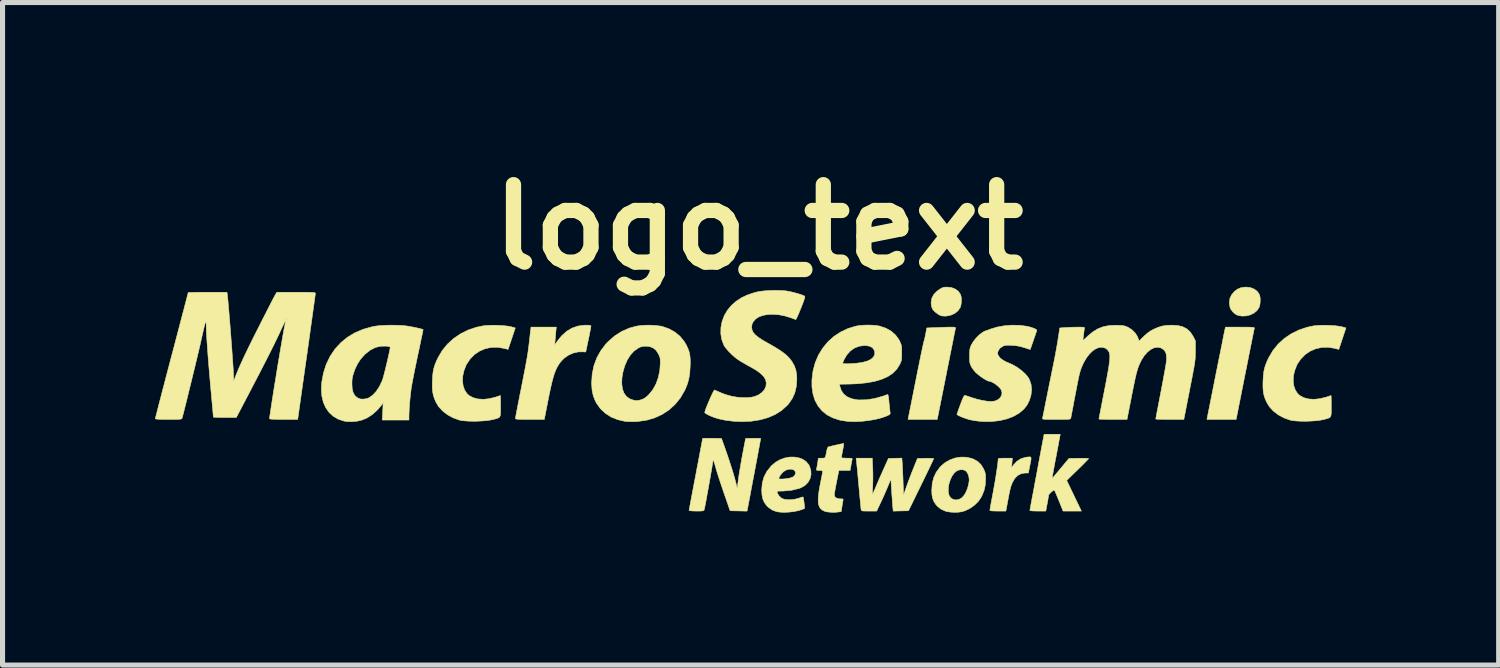
<source format=kicad_pcb>
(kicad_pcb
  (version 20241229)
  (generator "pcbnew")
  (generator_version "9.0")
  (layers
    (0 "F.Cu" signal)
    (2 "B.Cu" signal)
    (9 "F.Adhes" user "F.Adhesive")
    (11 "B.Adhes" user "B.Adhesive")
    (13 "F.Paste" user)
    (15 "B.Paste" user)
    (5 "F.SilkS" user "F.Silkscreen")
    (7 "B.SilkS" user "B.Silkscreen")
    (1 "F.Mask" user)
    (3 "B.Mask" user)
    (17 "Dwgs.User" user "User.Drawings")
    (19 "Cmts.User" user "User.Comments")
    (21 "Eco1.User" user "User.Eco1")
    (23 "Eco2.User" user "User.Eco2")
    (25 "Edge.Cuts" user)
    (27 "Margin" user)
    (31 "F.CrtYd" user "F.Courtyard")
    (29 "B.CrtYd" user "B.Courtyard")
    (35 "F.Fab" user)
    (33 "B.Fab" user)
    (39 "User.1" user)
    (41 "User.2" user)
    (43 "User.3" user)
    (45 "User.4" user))
  (footprint "logo_text"
    (layer "F.Cu")
    (at 11.88 1.418)
    (property "Reference" "logo_text" (at 0 0 0) (layer "F.SilkS") (effects (font (size 1.524 1.524) (thickness 0.3))))
    (attr through_hole)
    (fp_poly (pts (xy 9.678 1.192) (xy 9.75 1.221) (xy 9.808 1.265) (xy 9.848 1.323) (xy 9.854 1.338) (xy 9.865 1.387) (xy 9.867 1.45) (xy 9.862 1.515) (xy 9.849 1.57) (xy 9.844 1.582) (xy 9.803 1.643) (xy 9.743 1.692) (xy 9.671 1.728) (xy 9.59 1.748) (xy 9.505 1.751) (xy 9.424 1.736) (xy 9.376 1.711) (xy 9.329 1.669) (xy 9.291 1.621) (xy 9.272 1.579) (xy 9.259 1.489) (xy 9.27 1.406) (xy 9.305 1.33) (xy 9.36 1.266) (xy 9.42 1.221) (xy 9.484 1.194) (xy 9.56 1.182) (xy 9.596 1.181) (xy 9.678 1.192)) (stroke (width 0.01) (type solid)) (fill yes) (layer "F.SilkS"))
    (fp_poly (pts (xy 3.794 1.191) (xy 3.868 1.22) (xy 3.927 1.264) (xy 3.968 1.323) (xy 3.974 1.338) (xy 3.985 1.387) (xy 3.987 1.45) (xy 3.982 1.515) (xy 3.969 1.57) (xy 3.964 1.582) (xy 3.922 1.645) (xy 3.861 1.695) (xy 3.785 1.731) (xy 3.699 1.75) (xy 3.652 1.752) (xy 3.597 1.747) (xy 3.548 1.727) (xy 3.531 1.716) (xy 3.466 1.668) (xy 3.423 1.62) (xy 3.4 1.565) (xy 3.391 1.499) (xy 3.391 1.487) (xy 3.403 1.407) (xy 3.439 1.333) (xy 3.499 1.268) (xy 3.543 1.235) (xy 3.587 1.207) (xy 3.621 1.191) (xy 3.653 1.183) (xy 3.694 1.181) (xy 3.708 1.181) (xy 3.794 1.191)) (stroke (width 0.01) (type solid)) (fill yes) (layer "F.SilkS"))
    (fp_poly (pts (xy 9.562 1.969) (xy 9.632 1.969) (xy 9.683 1.97) (xy 9.717 1.972) (xy 9.738 1.975) (xy 9.749 1.98) (xy 9.752 1.986) (xy 9.751 1.991) (xy 9.748 2.007) (xy 9.74 2.045) (xy 9.728 2.105) (xy 9.712 2.183) (xy 9.693 2.278) (xy 9.671 2.388) (xy 9.646 2.51) (xy 9.62 2.644) (xy 9.592 2.785) (xy 9.569 2.899) (xy 9.393 3.785) (xy 8.818 3.785) (xy 8.993 2.905) (xy 9.022 2.759) (xy 9.05 2.619) (xy 9.077 2.488) (xy 9.101 2.369) (xy 9.122 2.262) (xy 9.14 2.17) (xy 9.155 2.096) (xy 9.167 2.041) (xy 9.174 2.007) (xy 9.176 1.997) (xy 9.183 1.968) (xy 9.47 1.968) (xy 9.562 1.969)) (stroke (width 0.01) (type solid)) (fill yes) (layer "F.SilkS"))
    (fp_poly (pts (xy 3.83 1.969) (xy 3.858 1.972) (xy 3.87 1.978) (xy 3.871 1.988) (xy 3.871 1.991) (xy 3.867 2.007) (xy 3.86 2.045) (xy 3.847 2.105) (xy 3.832 2.183) (xy 3.813 2.278) (xy 3.791 2.388) (xy 3.766 2.51) (xy 3.74 2.644) (xy 3.711 2.785) (xy 3.689 2.899) (xy 3.512 3.785) (xy 2.937 3.785) (xy 3.088 3.026) (xy 3.115 2.89) (xy 3.141 2.762) (xy 3.165 2.643) (xy 3.187 2.535) (xy 3.207 2.441) (xy 3.223 2.363) (xy 3.236 2.304) (xy 3.245 2.265) (xy 3.249 2.248) (xy 3.25 2.248) (xy 3.256 2.228) (xy 3.266 2.189) (xy 3.277 2.138) (xy 3.283 2.107) (xy 3.306 1.985) (xy 3.496 1.977) (xy 3.573 1.974) (xy 3.65 1.971) (xy 3.719 1.969) (xy 3.772 1.969) (xy 3.782 1.968) (xy 3.83 1.969)) (stroke (width 0.01) (type solid)) (fill yes) (layer "F.SilkS"))
    (fp_poly (pts (xy 5.353 4.529) (xy 5.358 4.547) (xy 5.356 4.579) (xy 5.347 4.628) (xy 5.333 4.699) (xy 5.332 4.702) (xy 5.305 4.839) (xy 5.243 4.839) (xy 5.165 4.851) (xy 5.097 4.886) (xy 5.038 4.944) (xy 4.991 5.024) (xy 4.962 5.099) (xy 4.952 5.135) (xy 4.939 5.19) (xy 4.925 5.256) (xy 4.911 5.326) (xy 4.909 5.34) (xy 4.896 5.408) (xy 4.885 5.468) (xy 4.876 5.517) (xy 4.87 5.548) (xy 4.869 5.553) (xy 4.862 5.588) (xy 4.704 5.588) (xy 4.628 5.587) (xy 4.577 5.584) (xy 4.55 5.578) (xy 4.547 5.574) (xy 4.549 5.559) (xy 4.555 5.521) (xy 4.565 5.466) (xy 4.578 5.396) (xy 4.593 5.314) (xy 4.61 5.224) (xy 4.61 5.223) (xy 4.629 5.119) (xy 4.648 5.013) (xy 4.665 4.91) (xy 4.68 4.811) (xy 4.693 4.723) (xy 4.703 4.648) (xy 4.709 4.59) (xy 4.712 4.556) (xy 4.723 4.552) (xy 4.756 4.549) (xy 4.803 4.547) (xy 4.851 4.547) (xy 4.99 4.547) (xy 4.982 4.639) (xy 4.975 4.731) (xy 5.014 4.678) (xy 5.081 4.607) (xy 5.161 4.557) (xy 5.254 4.529) (xy 5.283 4.526) (xy 5.316 4.522) (xy 5.339 4.522) (xy 5.353 4.529)) (stroke (width 0.01) (type solid)) (fill yes) (layer "F.SilkS"))
    (fp_poly (pts (xy 4.082 4.528) (xy 4.186 4.551) (xy 4.237 4.571) (xy 4.312 4.616) (xy 4.371 4.673) (xy 4.418 4.748) (xy 4.428 4.769) (xy 4.446 4.809) (xy 4.456 4.845) (xy 4.462 4.884) (xy 4.463 4.937) (xy 4.463 4.966) (xy 4.456 5.08) (xy 4.433 5.183) (xy 4.393 5.282) (xy 4.378 5.312) (xy 4.321 5.396) (xy 4.244 5.472) (xy 4.154 5.536) (xy 4.058 5.582) (xy 3.999 5.6) (xy 3.932 5.61) (xy 3.855 5.613) (xy 3.777 5.609) (xy 3.708 5.599) (xy 3.674 5.59) (xy 3.586 5.55) (xy 3.517 5.496) (xy 3.479 5.452) (xy 3.443 5.394) (xy 3.42 5.334) (xy 3.407 5.265) (xy 3.404 5.179) (xy 3.404 5.177) (xy 3.407 5.136) (xy 3.729 5.136) (xy 3.729 5.214) (xy 3.745 5.28) (xy 3.745 5.282) (xy 3.778 5.329) (xy 3.824 5.358) (xy 3.878 5.369) (xy 3.936 5.36) (xy 3.991 5.331) (xy 4.034 5.286) (xy 4.073 5.223) (xy 4.105 5.148) (xy 4.128 5.068) (xy 4.14 4.99) (xy 4.14 4.97) (xy 4.133 4.908) (xy 4.113 4.851) (xy 4.084 4.808) (xy 4.067 4.793) (xy 4.019 4.775) (xy 3.962 4.775) (xy 3.906 4.791) (xy 3.897 4.796) (xy 3.847 4.838) (xy 3.803 4.899) (xy 3.768 4.973) (xy 3.742 5.054) (xy 3.729 5.136) (xy 3.407 5.136) (xy 3.413 5.046) (xy 3.442 4.93) (xy 3.491 4.826) (xy 3.562 4.729) (xy 3.577 4.711) (xy 3.661 4.638) (xy 3.758 4.582) (xy 3.863 4.544) (xy 3.973 4.526) (xy 4.082 4.528)) (stroke (width 0.01) (type solid)) (fill yes) (layer "F.SilkS"))
    (fp_poly (pts (xy -5.178 1.932) (xy -5.084 1.936) (xy -4.997 1.942) (xy -4.921 1.952) (xy -4.875 1.961) (xy -4.791 1.984) (xy -4.861 2.195) (xy -4.932 2.407) (xy -5.015 2.386) (xy -5.141 2.365) (xy -5.265 2.368) (xy -5.383 2.393) (xy -5.493 2.44) (xy -5.592 2.506) (xy -5.677 2.592) (xy -5.746 2.694) (xy -5.761 2.723) (xy -5.801 2.827) (xy -5.824 2.93) (xy -5.829 3.031) (xy -5.817 3.124) (xy -5.788 3.206) (xy -5.743 3.275) (xy -5.7 3.315) (xy -5.62 3.357) (xy -5.526 3.382) (xy -5.419 3.389) (xy -5.304 3.377) (xy -5.183 3.347) (xy -5.145 3.335) (xy -5.111 3.323) (xy -5.089 3.316) (xy -5.085 3.315) (xy -5.083 3.327) (xy -5.082 3.36) (xy -5.081 3.41) (xy -5.08 3.473) (xy -5.08 3.524) (xy -5.08 3.604) (xy -5.081 3.662) (xy -5.085 3.703) (xy -5.095 3.731) (xy -5.112 3.749) (xy -5.14 3.762) (xy -5.181 3.774) (xy -5.229 3.787) (xy -5.297 3.8) (xy -5.382 3.811) (xy -5.478 3.817) (xy -5.578 3.821) (xy -5.677 3.82) (xy -5.767 3.815) (xy -5.844 3.807) (xy -5.89 3.798) (xy -6.012 3.754) (xy -6.123 3.694) (xy -6.219 3.62) (xy -6.298 3.535) (xy -6.349 3.451) (xy -6.381 3.378) (xy -6.404 3.31) (xy -6.417 3.239) (xy -6.424 3.159) (xy -6.424 3.063) (xy -6.422 3.029) (xy -6.417 2.93) (xy -6.408 2.848) (xy -6.393 2.776) (xy -6.371 2.706) (xy -6.34 2.63) (xy -6.312 2.572) (xy -6.229 2.43) (xy -6.126 2.303) (xy -6.005 2.193) (xy -5.868 2.1) (xy -5.717 2.025) (xy -5.552 1.97) (xy -5.421 1.943) (xy -5.353 1.936) (xy -5.27 1.932) (xy -5.178 1.932)) (stroke (width 0.01) (type solid)) (fill yes) (layer "F.SilkS"))
    (fp_poly (pts (xy 11.167 1.932) (xy 11.26 1.936) (xy 11.348 1.942) (xy 11.423 1.952) (xy 11.47 1.961) (xy 11.554 1.984) (xy 11.484 2.195) (xy 11.413 2.407) (xy 11.33 2.386) (xy 11.204 2.365) (xy 11.08 2.368) (xy 10.962 2.393) (xy 10.852 2.44) (xy 10.753 2.506) (xy 10.668 2.592) (xy 10.598 2.694) (xy 10.584 2.723) (xy 10.544 2.827) (xy 10.521 2.93) (xy 10.516 3.031) (xy 10.528 3.124) (xy 10.557 3.206) (xy 10.602 3.275) (xy 10.645 3.315) (xy 10.724 3.357) (xy 10.819 3.382) (xy 10.925 3.389) (xy 11.041 3.377) (xy 11.162 3.347) (xy 11.2 3.335) (xy 11.234 3.323) (xy 11.256 3.316) (xy 11.26 3.315) (xy 11.262 3.327) (xy 11.263 3.36) (xy 11.264 3.41) (xy 11.265 3.473) (xy 11.265 3.524) (xy 11.265 3.604) (xy 11.264 3.662) (xy 11.26 3.703) (xy 11.25 3.731) (xy 11.232 3.749) (xy 11.205 3.762) (xy 11.164 3.774) (xy 11.115 3.787) (xy 11.048 3.8) (xy 10.963 3.811) (xy 10.867 3.817) (xy 10.767 3.821) (xy 10.668 3.82) (xy 10.578 3.815) (xy 10.501 3.807) (xy 10.455 3.798) (xy 10.333 3.754) (xy 10.222 3.694) (xy 10.125 3.62) (xy 10.047 3.535) (xy 9.996 3.451) (xy 9.963 3.378) (xy 9.941 3.31) (xy 9.927 3.239) (xy 9.921 3.159) (xy 9.921 3.063) (xy 9.922 3.029) (xy 9.928 2.93) (xy 9.937 2.848) (xy 9.952 2.776) (xy 9.974 2.706) (xy 10.005 2.63) (xy 10.033 2.572) (xy 10.116 2.43) (xy 10.219 2.303) (xy 10.339 2.193) (xy 10.476 2.1) (xy 10.628 2.025) (xy 10.793 1.97) (xy 10.923 1.943) (xy 10.991 1.936) (xy 11.075 1.932) (xy 11.167 1.932)) (stroke (width 0.01) (type solid)) (fill yes) (layer "F.SilkS"))
    (fp_poly (pts (xy 5.923 4.124) (xy 5.919 4.149) (xy 5.91 4.194) (xy 5.898 4.258) (xy 5.884 4.336) (xy 5.867 4.425) (xy 5.849 4.521) (xy 5.841 4.559) (xy 5.823 4.655) (xy 5.807 4.742) (xy 5.793 4.818) (xy 5.782 4.879) (xy 5.774 4.922) (xy 5.77 4.945) (xy 5.77 4.948) (xy 5.778 4.939) (xy 5.801 4.914) (xy 5.834 4.875) (xy 5.876 4.825) (xy 5.925 4.766) (xy 5.938 4.751) (xy 6.103 4.553) (xy 6.296 4.549) (xy 6.363 4.549) (xy 6.42 4.549) (xy 6.463 4.551) (xy 6.486 4.554) (xy 6.49 4.556) (xy 6.481 4.567) (xy 6.457 4.593) (xy 6.419 4.632) (xy 6.371 4.681) (xy 6.314 4.737) (xy 6.275 4.775) (xy 6.059 4.985) (xy 6.348 5.588) (xy 6.168 5.588) (xy 5.988 5.588) (xy 5.906 5.384) (xy 5.878 5.317) (xy 5.854 5.258) (xy 5.834 5.213) (xy 5.821 5.184) (xy 5.816 5.175) (xy 5.801 5.179) (xy 5.777 5.196) (xy 5.748 5.221) (xy 5.722 5.248) (xy 5.705 5.27) (xy 5.702 5.279) (xy 5.7 5.299) (xy 5.694 5.338) (xy 5.685 5.39) (xy 5.675 5.443) (xy 5.648 5.588) (xy 5.491 5.588) (xy 5.431 5.587) (xy 5.382 5.585) (xy 5.348 5.581) (xy 5.334 5.577) (xy 5.334 5.576) (xy 5.336 5.563) (xy 5.343 5.527) (xy 5.353 5.471) (xy 5.366 5.399) (xy 5.382 5.312) (xy 5.401 5.214) (xy 5.421 5.107) (xy 5.442 4.993) (xy 5.464 4.877) (xy 5.486 4.759) (xy 5.507 4.643) (xy 5.528 4.532) (xy 5.548 4.428) (xy 5.565 4.334) (xy 5.581 4.253) (xy 5.593 4.187) (xy 5.603 4.139) (xy 5.608 4.112) (xy 5.608 4.112) (xy 5.615 4.077) (xy 5.932 4.077) (xy 5.923 4.124)) (stroke (width 0.01) (type solid)) (fill yes) (layer "F.SilkS"))
    (fp_poly (pts (xy -3.359 1.931) (xy -3.326 1.933) (xy -3.309 1.938) (xy -3.303 1.947) (xy -3.302 1.953) (xy -3.305 1.972) (xy -3.312 2.011) (xy -3.323 2.067) (xy -3.336 2.135) (xy -3.352 2.21) (xy -3.353 2.213) (xy -3.369 2.288) (xy -3.382 2.353) (xy -3.393 2.405) (xy -3.401 2.441) (xy -3.404 2.456) (xy -3.404 2.456) (xy -3.415 2.458) (xy -3.443 2.456) (xy -3.458 2.455) (xy -3.551 2.456) (xy -3.648 2.478) (xy -3.741 2.518) (xy -3.823 2.575) (xy -3.852 2.602) (xy -3.894 2.647) (xy -3.93 2.695) (xy -3.963 2.748) (xy -3.992 2.808) (xy -4.02 2.879) (xy -4.046 2.963) (xy -4.072 3.062) (xy -4.099 3.18) (xy -4.128 3.318) (xy -4.147 3.414) (xy -4.22 3.785) (xy -4.504 3.785) (xy -4.596 3.784) (xy -4.666 3.784) (xy -4.717 3.783) (xy -4.752 3.78) (xy -4.773 3.777) (xy -4.784 3.772) (xy -4.788 3.766) (xy -4.788 3.764) (xy -4.785 3.747) (xy -4.779 3.708) (xy -4.768 3.65) (xy -4.753 3.574) (xy -4.736 3.485) (xy -4.716 3.384) (xy -4.695 3.274) (xy -4.68 3.202) (xy -4.65 3.05) (xy -4.625 2.92) (xy -4.603 2.81) (xy -4.585 2.716) (xy -4.571 2.635) (xy -4.558 2.566) (xy -4.548 2.504) (xy -4.539 2.447) (xy -4.532 2.393) (xy -4.525 2.338) (xy -4.518 2.28) (xy -4.515 2.254) (xy -4.507 2.185) (xy -4.5 2.119) (xy -4.494 2.065) (xy -4.489 2.027) (xy -4.488 2.022) (xy -4.482 1.968) (xy -3.984 1.968) (xy -3.993 2.061) (xy -3.998 2.123) (xy -4.004 2.189) (xy -4.008 2.235) (xy -4.016 2.318) (xy -3.971 2.254) (xy -3.881 2.142) (xy -3.783 2.053) (xy -3.675 1.988) (xy -3.56 1.948) (xy -3.436 1.931) (xy -3.413 1.931) (xy -3.359 1.931)) (stroke (width 0.01) (type solid)) (fill yes) (layer "F.SilkS"))
    (fp_poly (pts (xy 0.784 4.539) (xy 0.863 4.568) (xy 0.93 4.613) (xy 0.982 4.674) (xy 0.998 4.704) (xy 1.025 4.789) (xy 1.028 4.872) (xy 1.009 4.951) (xy 0.969 5.023) (xy 0.91 5.083) (xy 0.833 5.128) (xy 0.799 5.141) (xy 0.645 5.179) (xy 0.48 5.194) (xy 0.453 5.194) (xy 0.404 5.195) (xy 0.375 5.197) (xy 0.362 5.202) (xy 0.359 5.212) (xy 0.362 5.223) (xy 0.39 5.279) (xy 0.438 5.327) (xy 0.459 5.34) (xy 0.505 5.357) (xy 0.569 5.365) (xy 0.642 5.364) (xy 0.717 5.353) (xy 0.784 5.336) (xy 0.825 5.322) (xy 0.856 5.312) (xy 0.869 5.309) (xy 0.875 5.319) (xy 0.882 5.353) (xy 0.89 5.41) (xy 0.896 5.464) (xy 0.903 5.536) (xy 0.86 5.554) (xy 0.784 5.579) (xy 0.692 5.597) (xy 0.593 5.609) (xy 0.495 5.613) (xy 0.406 5.608) (xy 0.352 5.6) (xy 0.263 5.566) (xy 0.185 5.511) (xy 0.155 5.48) (xy 0.11 5.419) (xy 0.081 5.354) (xy 0.064 5.277) (xy 0.058 5.183) (xy 0.058 5.169) (xy 0.069 5.038) (xy 0.094 4.95) (xy 0.394 4.95) (xy 0.405 4.956) (xy 0.436 4.958) (xy 0.481 4.957) (xy 0.533 4.952) (xy 0.587 4.943) (xy 0.611 4.939) (xy 0.671 4.918) (xy 0.708 4.886) (xy 0.724 4.846) (xy 0.724 4.839) (xy 0.713 4.801) (xy 0.684 4.776) (xy 0.642 4.764) (xy 0.592 4.765) (xy 0.537 4.782) (xy 0.513 4.795) (xy 0.478 4.821) (xy 0.443 4.859) (xy 0.414 4.899) (xy 0.397 4.934) (xy 0.394 4.95) (xy 0.094 4.95) (xy 0.102 4.919) (xy 0.158 4.81) (xy 0.238 4.709) (xy 0.254 4.692) (xy 0.332 4.627) (xy 0.418 4.577) (xy 0.51 4.544) (xy 0.604 4.526) (xy 0.697 4.525) (xy 0.784 4.539)) (stroke (width 0.01) (type solid)) (fill yes) (layer "F.SilkS"))
    (fp_poly (pts (xy -2.018 1.937) (xy -1.93 1.949) (xy -1.9 1.955) (xy -1.768 2.001) (xy -1.651 2.066) (xy -1.551 2.148) (xy -1.469 2.248) (xy -1.424 2.324) (xy -1.392 2.393) (xy -1.37 2.456) (xy -1.356 2.52) (xy -1.349 2.593) (xy -1.348 2.68) (xy -1.35 2.743) (xy -1.358 2.87) (xy -1.375 2.979) (xy -1.402 3.08) (xy -1.441 3.179) (xy -1.46 3.219) (xy -1.543 3.361) (xy -1.645 3.487) (xy -1.762 3.594) (xy -1.896 3.683) (xy -2.042 3.751) (xy -2.202 3.799) (xy -2.372 3.824) (xy -2.421 3.828) (xy -2.488 3.829) (xy -2.554 3.828) (xy -2.61 3.825) (xy -2.635 3.822) (xy -2.778 3.789) (xy -2.906 3.737) (xy -3.018 3.665) (xy -3.114 3.576) (xy -3.191 3.469) (xy -3.214 3.427) (xy -3.256 3.323) (xy -3.28 3.21) (xy -3.289 3.082) (xy -2.696 3.082) (xy -2.683 3.182) (xy -2.653 3.265) (xy -2.605 3.331) (xy -2.54 3.379) (xy -2.47 3.404) (xy -2.425 3.413) (xy -2.385 3.413) (xy -2.339 3.404) (xy -2.311 3.396) (xy -2.269 3.38) (xy -2.229 3.355) (xy -2.186 3.318) (xy -2.165 3.298) (xy -2.086 3.201) (xy -2.022 3.087) (xy -1.976 2.958) (xy -1.947 2.819) (xy -1.939 2.698) (xy -1.938 2.638) (xy -1.94 2.595) (xy -1.946 2.562) (xy -1.958 2.531) (xy -1.975 2.495) (xy -2.021 2.425) (xy -2.078 2.378) (xy -2.148 2.351) (xy -2.221 2.344) (xy -2.276 2.347) (xy -2.32 2.357) (xy -2.365 2.377) (xy -2.373 2.381) (xy -2.455 2.44) (xy -2.527 2.519) (xy -2.589 2.618) (xy -2.638 2.732) (xy -2.674 2.858) (xy -2.692 2.966) (xy -2.696 3.082) (xy -3.289 3.082) (xy -3.289 3.081) (xy -3.289 3.073) (xy -3.278 2.896) (xy -3.244 2.729) (xy -3.187 2.574) (xy -3.107 2.43) (xy -3.005 2.297) (xy -2.958 2.248) (xy -2.832 2.139) (xy -2.693 2.051) (xy -2.544 1.987) (xy -2.41 1.95) (xy -2.322 1.937) (xy -2.222 1.931) (xy -2.118 1.931) (xy -2.018 1.937)) (stroke (width 0.01) (type solid)) (fill yes) (layer "F.SilkS"))
    (fp_poly (pts (xy 2.824 4.664) (xy 2.827 4.715) (xy 2.83 4.786) (xy 2.834 4.868) (xy 2.838 4.956) (xy 2.84 5.028) (xy 2.849 5.275) (xy 2.903 5.117) (xy 2.928 5.048) (xy 2.959 4.964) (xy 2.993 4.874) (xy 3.027 4.788) (xy 3.04 4.756) (xy 3.122 4.553) (xy 3.282 4.549) (xy 3.342 4.549) (xy 3.392 4.55) (xy 3.427 4.553) (xy 3.442 4.556) (xy 3.442 4.557) (xy 3.436 4.57) (xy 3.421 4.604) (xy 3.396 4.656) (xy 3.364 4.724) (xy 3.325 4.805) (xy 3.281 4.897) (xy 3.232 4.997) (xy 3.194 5.075) (xy 2.946 5.582) (xy 2.795 5.585) (xy 2.645 5.589) (xy 2.636 5.496) (xy 2.631 5.433) (xy 2.626 5.359) (xy 2.62 5.279) (xy 2.614 5.199) (xy 2.61 5.125) (xy 2.606 5.062) (xy 2.603 5.015) (xy 2.603 4.997) (xy 2.602 4.976) (xy 2.599 4.969) (xy 2.592 4.978) (xy 2.58 5.005) (xy 2.56 5.053) (xy 2.555 5.067) (xy 2.532 5.122) (xy 2.502 5.192) (xy 2.468 5.27) (xy 2.432 5.349) (xy 2.414 5.388) (xy 2.32 5.588) (xy 2.17 5.588) (xy 2.106 5.588) (xy 2.063 5.587) (xy 2.037 5.584) (xy 2.023 5.578) (xy 2.016 5.569) (xy 2.014 5.559) (xy 2.011 5.54) (xy 2.007 5.499) (xy 2.001 5.439) (xy 1.994 5.363) (xy 1.985 5.274) (xy 1.976 5.175) (xy 1.969 5.093) (xy 1.959 4.987) (xy 1.95 4.888) (xy 1.942 4.798) (xy 1.934 4.72) (xy 1.928 4.659) (xy 1.924 4.617) (xy 1.922 4.601) (xy 1.915 4.547) (xy 2.233 4.547) (xy 2.242 4.732) (xy 2.245 4.819) (xy 2.246 4.916) (xy 2.245 5.012) (xy 2.242 5.091) (xy 2.239 5.153) (xy 2.237 5.205) (xy 2.237 5.241) (xy 2.238 5.257) (xy 2.239 5.258) (xy 2.246 5.244) (xy 2.26 5.212) (xy 2.281 5.165) (xy 2.305 5.109) (xy 2.309 5.099) (xy 2.338 5.031) (xy 2.373 4.949) (xy 2.412 4.862) (xy 2.449 4.778) (xy 2.462 4.75) (xy 2.551 4.553) (xy 2.683 4.549) (xy 2.816 4.546) (xy 2.824 4.664)) (stroke (width 0.01) (type solid)) (fill yes) (layer "F.SilkS"))
    (fp_poly (pts (xy 1.671 4.272) (xy 1.667 4.305) (xy 1.659 4.352) (xy 1.651 4.395) (xy 1.64 4.45) (xy 1.632 4.496) (xy 1.627 4.527) (xy 1.626 4.537) (xy 1.637 4.541) (xy 1.669 4.545) (xy 1.714 4.546) (xy 1.735 4.547) (xy 1.788 4.547) (xy 1.819 4.549) (xy 1.835 4.553) (xy 1.839 4.562) (xy 1.837 4.575) (xy 1.831 4.602) (xy 1.823 4.644) (xy 1.814 4.694) (xy 1.814 4.696) (xy 1.798 4.788) (xy 1.687 4.788) (xy 1.637 4.788) (xy 1.598 4.789) (xy 1.577 4.79) (xy 1.575 4.791) (xy 1.572 4.804) (xy 1.566 4.838) (xy 1.556 4.888) (xy 1.543 4.952) (xy 1.531 5.016) (xy 1.516 5.09) (xy 1.504 5.157) (xy 1.494 5.212) (xy 1.488 5.251) (xy 1.486 5.267) (xy 1.497 5.306) (xy 1.529 5.333) (xy 1.579 5.346) (xy 1.601 5.347) (xy 1.639 5.348) (xy 1.657 5.353) (xy 1.66 5.364) (xy 1.659 5.369) (xy 1.655 5.392) (xy 1.648 5.432) (xy 1.64 5.481) (xy 1.638 5.494) (xy 1.623 5.598) (xy 1.577 5.605) (xy 1.519 5.611) (xy 1.453 5.613) (xy 1.387 5.609) (xy 1.332 5.602) (xy 1.304 5.595) (xy 1.256 5.573) (xy 1.218 5.543) (xy 1.192 5.504) (xy 1.175 5.452) (xy 1.169 5.387) (xy 1.172 5.304) (xy 1.184 5.203) (xy 1.205 5.081) (xy 1.213 5.042) (xy 1.227 4.969) (xy 1.24 4.905) (xy 1.249 4.853) (xy 1.255 4.817) (xy 1.257 4.804) (xy 1.245 4.793) (xy 1.209 4.788) (xy 1.193 4.788) (xy 1.155 4.787) (xy 1.137 4.782) (xy 1.134 4.771) (xy 1.135 4.766) (xy 1.14 4.743) (xy 1.148 4.703) (xy 1.156 4.654) (xy 1.157 4.645) (xy 1.173 4.547) (xy 1.24 4.547) (xy 1.272 4.546) (xy 1.293 4.543) (xy 1.306 4.532) (xy 1.316 4.509) (xy 1.324 4.47) (xy 1.334 4.417) (xy 1.346 4.364) (xy 1.359 4.334) (xy 1.37 4.325) (xy 1.401 4.317) (xy 1.445 4.306) (xy 1.497 4.294) (xy 1.551 4.282) (xy 1.601 4.271) (xy 1.641 4.263) (xy 1.667 4.259) (xy 1.672 4.258) (xy 1.671 4.272)) (stroke (width 0.01) (type solid)) (fill yes) (layer "F.SilkS"))
    (fp_poly (pts (xy -0.005 4.156) (xy 0.027 4.157) (xy 0.038 4.16) (xy 0.036 4.174) (xy 0.029 4.209) (xy 0.019 4.264) (xy 0.006 4.336) (xy -0.01 4.421) (xy -0.028 4.518) (xy -0.048 4.624) (xy -0.069 4.735) (xy -0.09 4.849) (xy -0.112 4.963) (xy -0.133 5.075) (xy -0.153 5.181) (xy -0.171 5.28) (xy -0.188 5.368) (xy -0.202 5.442) (xy -0.213 5.5) (xy -0.221 5.539) (xy -0.223 5.553) (xy -0.231 5.589) (xy -0.564 5.582) (xy -0.683 5.239) (xy -0.717 5.139) (xy -0.751 5.038) (xy -0.783 4.94) (xy -0.812 4.85) (xy -0.835 4.775) (xy -0.849 4.724) (xy -0.866 4.664) (xy -0.881 4.618) (xy -0.892 4.589) (xy -0.898 4.582) (xy -0.899 4.585) (xy -0.904 4.62) (xy -0.913 4.675) (xy -0.924 4.746) (xy -0.939 4.83) (xy -0.955 4.923) (xy -0.972 5.021) (xy -0.99 5.121) (xy -1.008 5.219) (xy -1.025 5.312) (xy -1.04 5.396) (xy -1.054 5.467) (xy -1.065 5.522) (xy -1.072 5.557) (xy -1.075 5.566) (xy -1.08 5.575) (xy -1.093 5.582) (xy -1.118 5.586) (xy -1.16 5.588) (xy -1.221 5.588) (xy -1.226 5.588) (xy -1.284 5.587) (xy -1.33 5.584) (xy -1.361 5.581) (xy -1.372 5.576) (xy -1.369 5.562) (xy -1.363 5.525) (xy -1.352 5.468) (xy -1.338 5.392) (xy -1.321 5.301) (xy -1.301 5.196) (xy -1.279 5.08) (xy -1.255 4.955) (xy -1.238 4.866) (xy -1.214 4.736) (xy -1.19 4.614) (xy -1.169 4.502) (xy -1.15 4.401) (xy -1.134 4.315) (xy -1.121 4.246) (xy -1.111 4.196) (xy -1.106 4.166) (xy -1.105 4.16) (xy -1.093 4.157) (xy -1.06 4.156) (xy -1.011 4.155) (xy -0.949 4.155) (xy -0.919 4.156) (xy -0.734 4.159) (xy -0.699 4.255) (xy -0.658 4.371) (xy -0.616 4.492) (xy -0.576 4.613) (xy -0.538 4.73) (xy -0.505 4.836) (xy -0.479 4.926) (xy -0.465 4.977) (xy -0.423 5.141) (xy -0.402 4.968) (xy -0.393 4.904) (xy -0.38 4.822) (xy -0.364 4.727) (xy -0.347 4.626) (xy -0.329 4.525) (xy -0.32 4.477) (xy -0.259 4.159) (xy -0.111 4.156) (xy -0.053 4.155) (xy -0.005 4.156)) (stroke (width 0.01) (type solid)) (fill yes) (layer "F.SilkS"))
    (fp_poly (pts (xy 2.244 1.931) (xy 2.324 1.938) (xy 2.381 1.949) (xy 2.505 1.992) (xy 2.609 2.051) (xy 2.693 2.126) (xy 2.758 2.216) (xy 2.773 2.245) (xy 2.79 2.284) (xy 2.802 2.316) (xy 2.809 2.349) (xy 2.812 2.39) (xy 2.813 2.446) (xy 2.813 2.477) (xy 2.813 2.541) (xy 2.811 2.587) (xy 2.806 2.622) (xy 2.796 2.653) (xy 2.782 2.686) (xy 2.771 2.708) (xy 2.714 2.797) (xy 2.638 2.875) (xy 2.541 2.94) (xy 2.423 2.993) (xy 2.284 3.035) (xy 2.124 3.064) (xy 1.942 3.083) (xy 1.787 3.089) (xy 1.587 3.092) (xy 1.595 3.131) (xy 1.624 3.217) (xy 1.673 3.287) (xy 1.74 3.34) (xy 1.827 3.377) (xy 1.933 3.398) (xy 1.97 3.401) (xy 2.121 3.398) (xy 2.281 3.373) (xy 2.447 3.326) (xy 2.529 3.296) (xy 2.537 3.296) (xy 2.544 3.305) (xy 2.549 3.327) (xy 2.555 3.365) (xy 2.561 3.423) (xy 2.564 3.463) (xy 2.571 3.529) (xy 2.577 3.587) (xy 2.582 3.632) (xy 2.586 3.658) (xy 2.586 3.661) (xy 2.584 3.677) (xy 2.567 3.692) (xy 2.529 3.712) (xy 2.522 3.715) (xy 2.422 3.751) (xy 2.303 3.782) (xy 2.172 3.805) (xy 2.036 3.821) (xy 1.901 3.828) (xy 1.773 3.825) (xy 1.746 3.823) (xy 1.595 3.799) (xy 1.462 3.756) (xy 1.345 3.696) (xy 1.247 3.617) (xy 1.168 3.523) (xy 1.107 3.412) (xy 1.067 3.285) (xy 1.046 3.143) (xy 1.046 3.004) (xy 1.067 2.832) (xy 1.107 2.681) (xy 1.651 2.681) (xy 1.663 2.686) (xy 1.695 2.689) (xy 1.743 2.69) (xy 1.801 2.688) (xy 1.865 2.684) (xy 1.931 2.678) (xy 1.992 2.67) (xy 2.045 2.661) (xy 2.046 2.661) (xy 2.137 2.636) (xy 2.207 2.602) (xy 2.253 2.561) (xy 2.261 2.549) (xy 2.283 2.498) (xy 2.281 2.449) (xy 2.267 2.413) (xy 2.235 2.372) (xy 2.187 2.346) (xy 2.12 2.333) (xy 2.075 2.331) (xy 1.977 2.344) (xy 1.885 2.379) (xy 1.803 2.436) (xy 1.734 2.513) (xy 1.683 2.598) (xy 1.666 2.637) (xy 1.654 2.668) (xy 1.651 2.681) (xy 1.107 2.681) (xy 1.11 2.67) (xy 1.174 2.519) (xy 1.258 2.382) (xy 1.359 2.259) (xy 1.478 2.152) (xy 1.612 2.064) (xy 1.761 1.994) (xy 1.911 1.949) (xy 1.981 1.937) (xy 2.065 1.93) (xy 2.155 1.928) (xy 2.244 1.931)) (stroke (width 0.01) (type solid)) (fill yes) (layer "F.SilkS"))
    (fp_poly (pts (xy -7.086 1.933) (xy -6.997 1.938) (xy -6.951 1.943) (xy -6.896 1.951) (xy -6.835 1.962) (xy -6.772 1.974) (xy -6.713 1.987) (xy -6.662 1.999) (xy -6.625 2.009) (xy -6.605 2.017) (xy -6.604 2.018) (xy -6.607 2.032) (xy -6.614 2.068) (xy -6.625 2.123) (xy -6.641 2.195) (xy -6.659 2.282) (xy -6.679 2.379) (xy -6.702 2.486) (xy -6.711 2.527) (xy -6.735 2.643) (xy -6.759 2.757) (xy -6.781 2.865) (xy -6.8 2.963) (xy -6.817 3.048) (xy -6.829 3.116) (xy -6.837 3.163) (xy -6.838 3.169) (xy -6.849 3.257) (xy -6.86 3.355) (xy -6.869 3.457) (xy -6.876 3.556) (xy -6.881 3.643) (xy -6.883 3.713) (xy -6.883 3.717) (xy -6.883 3.797) (xy -7.408 3.797) (xy -7.391 3.461) (xy -7.419 3.499) (xy -7.508 3.603) (xy -7.605 3.689) (xy -7.707 3.755) (xy -7.807 3.797) (xy -7.901 3.819) (xy -8.002 3.829) (xy -8.098 3.827) (xy -8.161 3.817) (xy -8.274 3.78) (xy -8.373 3.722) (xy -8.455 3.647) (xy -8.52 3.555) (xy -8.567 3.448) (xy -7.391 3.448) (xy -7.385 3.454) (xy -7.379 3.448) (xy -7.385 3.442) (xy -7.391 3.448) (xy -8.567 3.448) (xy -8.568 3.447) (xy -8.597 3.325) (xy -8.608 3.19) (xy -8.601 3.086) (xy -8.005 3.086) (xy -8 3.18) (xy -7.982 3.254) (xy -7.952 3.31) (xy -7.907 3.352) (xy -7.869 3.373) (xy -7.821 3.385) (xy -7.762 3.384) (xy -7.703 3.372) (xy -7.672 3.36) (xy -7.598 3.308) (xy -7.529 3.235) (xy -7.466 3.141) (xy -7.413 3.031) (xy -7.406 3.012) (xy -7.395 2.98) (xy -7.381 2.929) (xy -7.364 2.864) (xy -7.345 2.789) (xy -7.326 2.709) (xy -7.306 2.628) (xy -7.289 2.55) (xy -7.273 2.48) (xy -7.261 2.422) (xy -7.254 2.38) (xy -7.252 2.362) (xy -7.263 2.355) (xy -7.293 2.348) (xy -7.332 2.343) (xy -7.44 2.344) (xy -7.544 2.369) (xy -7.644 2.42) (xy -7.74 2.495) (xy -7.766 2.521) (xy -7.839 2.605) (xy -7.897 2.695) (xy -7.946 2.798) (xy -7.966 2.854) (xy -7.986 2.916) (xy -7.998 2.968) (xy -8.004 3.022) (xy -8.005 3.086) (xy -8.601 3.086) (xy -8.599 3.054) (xy -8.565 2.87) (xy -8.51 2.699) (xy -8.434 2.542) (xy -8.339 2.401) (xy -8.226 2.277) (xy -8.095 2.169) (xy -7.947 2.08) (xy -7.784 2.011) (xy -7.606 1.961) (xy -7.55 1.95) (xy -7.479 1.941) (xy -7.39 1.935) (xy -7.29 1.931) (xy -7.186 1.931) (xy -7.086 1.933)) (stroke (width 0.01) (type solid)) (fill yes) (layer "F.SilkS"))
    (fp_poly (pts (xy 5.133 1.933) (xy 5.271 1.951) (xy 5.338 1.967) (xy 5.396 1.986) (xy 5.44 2.004) (xy 5.466 2.022) (xy 5.471 2.035) (xy 5.465 2.052) (xy 5.452 2.089) (xy 5.435 2.14) (xy 5.413 2.201) (xy 5.404 2.229) (xy 5.382 2.291) (xy 5.364 2.344) (xy 5.35 2.384) (xy 5.342 2.406) (xy 5.341 2.409) (xy 5.33 2.406) (xy 5.299 2.396) (xy 5.256 2.382) (xy 5.228 2.373) (xy 5.144 2.349) (xy 5.061 2.334) (xy 4.985 2.328) (xy 4.924 2.325) (xy 4.88 2.325) (xy 4.849 2.329) (xy 4.821 2.337) (xy 4.797 2.348) (xy 4.748 2.382) (xy 4.714 2.427) (xy 4.699 2.476) (xy 4.699 2.483) (xy 4.711 2.526) (xy 4.744 2.571) (xy 4.796 2.613) (xy 4.861 2.65) (xy 4.9 2.666) (xy 4.996 2.708) (xy 5.088 2.762) (xy 5.173 2.825) (xy 5.246 2.891) (xy 5.301 2.959) (xy 5.326 3.002) (xy 5.358 3.097) (xy 5.368 3.199) (xy 5.357 3.304) (xy 5.327 3.406) (xy 5.279 3.502) (xy 5.216 3.582) (xy 5.124 3.66) (xy 5.012 3.725) (xy 4.884 3.774) (xy 4.741 3.808) (xy 4.586 3.826) (xy 4.421 3.827) (xy 4.345 3.821) (xy 4.278 3.813) (xy 4.205 3.801) (xy 4.142 3.788) (xy 4.131 3.785) (xy 4.077 3.768) (xy 4.022 3.748) (xy 3.972 3.728) (xy 3.931 3.709) (xy 3.905 3.693) (xy 3.899 3.685) (xy 3.903 3.671) (xy 3.915 3.637) (xy 3.932 3.588) (xy 3.954 3.528) (xy 3.967 3.493) (xy 3.998 3.411) (xy 4.023 3.354) (xy 4.041 3.321) (xy 4.053 3.311) (xy 4.072 3.316) (xy 4.108 3.327) (xy 4.158 3.344) (xy 4.197 3.357) (xy 4.297 3.388) (xy 4.4 3.411) (xy 4.496 3.427) (xy 4.578 3.432) (xy 4.581 3.432) (xy 4.649 3.422) (xy 4.706 3.396) (xy 4.75 3.358) (xy 4.778 3.312) (xy 4.786 3.26) (xy 4.772 3.206) (xy 4.77 3.203) (xy 4.743 3.166) (xy 4.702 3.126) (xy 4.654 3.088) (xy 4.605 3.058) (xy 4.561 3.039) (xy 4.54 3.035) (xy 4.512 3.028) (xy 4.47 3.007) (xy 4.42 2.978) (xy 4.368 2.942) (xy 4.318 2.904) (xy 4.277 2.868) (xy 4.273 2.865) (xy 4.234 2.821) (xy 4.199 2.773) (xy 4.178 2.737) (xy 4.164 2.705) (xy 4.154 2.674) (xy 4.149 2.638) (xy 4.147 2.589) (xy 4.147 2.534) (xy 4.148 2.469) (xy 4.151 2.422) (xy 4.157 2.386) (xy 4.167 2.353) (xy 4.181 2.321) (xy 4.221 2.254) (xy 4.276 2.184) (xy 4.34 2.12) (xy 4.388 2.083) (xy 4.419 2.063) (xy 4.44 2.05) (xy 4.445 2.048) (xy 4.459 2.044) (xy 4.491 2.033) (xy 4.535 2.017) (xy 4.557 2.008) (xy 4.688 1.968) (xy 4.833 1.942) (xy 4.984 1.93) (xy 5.133 1.933)) (stroke (width 0.01) (type solid)) (fill yes) (layer "F.SilkS"))
    (fp_poly (pts (xy 0.405 1.247) (xy 0.497 1.252) (xy 0.539 1.256) (xy 0.595 1.266) (xy 0.66 1.28) (xy 0.729 1.298) (xy 0.794 1.317) (xy 0.85 1.336) (xy 0.89 1.352) (xy 0.901 1.358) (xy 0.906 1.366) (xy 0.906 1.381) (xy 0.899 1.408) (xy 0.886 1.449) (xy 0.865 1.506) (xy 0.834 1.584) (xy 0.829 1.596) (xy 0.801 1.666) (xy 0.775 1.727) (xy 0.753 1.775) (xy 0.737 1.807) (xy 0.729 1.82) (xy 0.729 1.82) (xy 0.712 1.814) (xy 0.678 1.802) (xy 0.635 1.786) (xy 0.633 1.785) (xy 0.516 1.749) (xy 0.4 1.726) (xy 0.287 1.717) (xy 0.181 1.72) (xy 0.085 1.737) (xy 0.004 1.766) (xy -0.06 1.807) (xy -0.072 1.819) (xy -0.11 1.865) (xy -0.131 1.906) (xy -0.139 1.952) (xy -0.14 1.971) (xy -0.133 2.021) (xy -0.112 2.069) (xy -0.073 2.116) (xy -0.016 2.164) (xy 0.061 2.216) (xy 0.133 2.258) (xy 0.249 2.323) (xy 0.345 2.38) (xy 0.423 2.429) (xy 0.486 2.474) (xy 0.538 2.515) (xy 0.581 2.557) (xy 0.618 2.599) (xy 0.652 2.645) (xy 0.655 2.65) (xy 0.701 2.732) (xy 0.731 2.818) (xy 0.746 2.914) (xy 0.749 2.996) (xy 0.739 3.136) (xy 0.709 3.262) (xy 0.657 3.377) (xy 0.584 3.481) (xy 0.556 3.512) (xy 0.449 3.608) (xy 0.324 3.687) (xy 0.182 3.749) (xy 0.024 3.793) (xy -0.149 3.82) (xy -0.336 3.828) (xy -0.483 3.822) (xy -0.639 3.804) (xy -0.781 3.775) (xy -0.858 3.752) (xy -0.918 3.73) (xy -0.974 3.706) (xy -1.02 3.682) (xy -1.052 3.662) (xy -1.063 3.65) (xy -1.06 3.633) (xy -1.049 3.598) (xy -1.032 3.55) (xy -1.009 3.493) (xy -0.983 3.431) (xy -0.956 3.369) (xy -0.93 3.312) (xy -0.906 3.262) (xy -0.887 3.226) (xy -0.874 3.207) (xy -0.871 3.205) (xy -0.785 3.243) (xy -0.716 3.272) (xy -0.659 3.293) (xy -0.609 3.309) (xy -0.56 3.322) (xy -0.532 3.329) (xy -0.435 3.346) (xy -0.334 3.355) (xy -0.237 3.356) (xy -0.15 3.349) (xy -0.088 3.336) (xy -0.005 3.302) (xy 0.062 3.255) (xy 0.112 3.199) (xy 0.141 3.135) (xy 0.148 3.067) (xy 0.133 3) (xy 0.098 2.942) (xy 0.037 2.881) (xy -0.047 2.819) (xy -0.155 2.755) (xy -0.166 2.75) (xy -0.232 2.714) (xy -0.3 2.675) (xy -0.361 2.639) (xy -0.401 2.613) (xy -0.461 2.569) (xy -0.523 2.515) (xy -0.583 2.456) (xy -0.635 2.397) (xy -0.674 2.345) (xy -0.686 2.325) (xy -0.728 2.215) (xy -0.747 2.099) (xy -0.745 1.979) (xy -0.722 1.859) (xy -0.679 1.743) (xy -0.616 1.635) (xy -0.534 1.537) (xy -0.533 1.537) (xy -0.441 1.457) (xy -0.34 1.391) (xy -0.224 1.336) (xy -0.09 1.291) (xy -0.054 1.281) (xy 0.015 1.267) (xy 0.103 1.256) (xy 0.202 1.249) (xy 0.305 1.246) (xy 0.405 1.247)) (stroke (width 0.01) (type solid)) (fill yes) (layer "F.SilkS"))
    (fp_poly (pts (xy 8.248 1.938) (xy 8.344 1.962) (xy 8.423 2.003) (xy 8.489 2.063) (xy 8.542 2.142) (xy 8.547 2.152) (xy 8.592 2.239) (xy 8.592 2.431) (xy 8.591 2.476) (xy 8.591 2.516) (xy 8.589 2.554) (xy 8.587 2.592) (xy 8.582 2.633) (xy 8.576 2.681) (xy 8.567 2.738) (xy 8.554 2.806) (xy 8.539 2.889) (xy 8.52 2.989) (xy 8.496 3.109) (xy 8.478 3.204) (xy 8.364 3.785) (xy 8.087 3.785) (xy 8.007 3.784) (xy 7.935 3.783) (xy 7.877 3.782) (xy 7.835 3.78) (xy 7.813 3.777) (xy 7.811 3.776) (xy 7.813 3.763) (xy 7.82 3.726) (xy 7.83 3.671) (xy 7.844 3.598) (xy 7.861 3.51) (xy 7.88 3.411) (xy 7.901 3.303) (xy 7.913 3.24) (xy 7.935 3.124) (xy 7.956 3.012) (xy 7.975 2.908) (xy 7.992 2.815) (xy 8.006 2.735) (xy 8.016 2.674) (xy 8.021 2.632) (xy 8.023 2.621) (xy 8.023 2.541) (xy 8.011 2.478) (xy 7.984 2.43) (xy 7.962 2.408) (xy 7.905 2.374) (xy 7.842 2.364) (xy 7.777 2.376) (xy 7.711 2.409) (xy 7.646 2.461) (xy 7.584 2.532) (xy 7.528 2.621) (xy 7.511 2.654) (xy 7.492 2.695) (xy 7.474 2.738) (xy 7.457 2.785) (xy 7.441 2.84) (xy 7.424 2.904) (xy 7.406 2.982) (xy 7.386 3.076) (xy 7.363 3.188) (xy 7.336 3.323) (xy 7.334 3.337) (xy 7.246 3.785) (xy 6.97 3.785) (xy 6.889 3.784) (xy 6.817 3.783) (xy 6.759 3.782) (xy 6.717 3.78) (xy 6.695 3.778) (xy 6.693 3.777) (xy 6.695 3.763) (xy 6.702 3.727) (xy 6.713 3.671) (xy 6.727 3.598) (xy 6.744 3.51) (xy 6.763 3.41) (xy 6.785 3.301) (xy 6.801 3.218) (xy 6.83 3.068) (xy 6.854 2.941) (xy 6.873 2.834) (xy 6.888 2.746) (xy 6.898 2.673) (xy 6.905 2.614) (xy 6.907 2.566) (xy 6.907 2.528) (xy 6.903 2.497) (xy 6.896 2.47) (xy 6.891 2.457) (xy 6.867 2.421) (xy 6.833 2.39) (xy 6.83 2.388) (xy 6.771 2.366) (xy 6.708 2.367) (xy 6.642 2.389) (xy 6.575 2.431) (xy 6.511 2.492) (xy 6.45 2.57) (xy 6.395 2.663) (xy 6.364 2.73) (xy 6.35 2.764) (xy 6.337 2.797) (xy 6.326 2.833) (xy 6.314 2.874) (xy 6.302 2.923) (xy 6.289 2.983) (xy 6.274 3.058) (xy 6.256 3.151) (xy 6.234 3.264) (xy 6.223 3.322) (xy 6.204 3.421) (xy 6.187 3.514) (xy 6.171 3.596) (xy 6.158 3.664) (xy 6.148 3.716) (xy 6.142 3.748) (xy 6.14 3.756) (xy 6.137 3.765) (xy 6.132 3.772) (xy 6.121 3.777) (xy 6.101 3.781) (xy 6.069 3.783) (xy 6.021 3.784) (xy 5.954 3.785) (xy 5.866 3.785) (xy 5.856 3.785) (xy 5.765 3.784) (xy 5.696 3.784) (xy 5.647 3.783) (xy 5.614 3.781) (xy 5.594 3.777) (xy 5.585 3.773) (xy 5.583 3.766) (xy 5.583 3.762) (xy 5.587 3.745) (xy 5.595 3.705) (xy 5.607 3.648) (xy 5.621 3.575) (xy 5.638 3.49) (xy 5.657 3.397) (xy 5.665 3.359) (xy 5.687 3.247) (xy 5.711 3.127) (xy 5.736 3.006) (xy 5.759 2.891) (xy 5.78 2.788) (xy 5.796 2.711) (xy 5.816 2.612) (xy 5.837 2.502) (xy 5.857 2.392) (xy 5.875 2.289) (xy 5.887 2.214) (xy 5.923 1.985) (xy 6.037 1.977) (xy 6.103 1.973) (xy 6.181 1.97) (xy 6.258 1.969) (xy 6.283 1.968) (xy 6.342 1.969) (xy 6.38 1.97) (xy 6.401 1.974) (xy 6.409 1.98) (xy 6.409 1.99) (xy 6.409 1.991) (xy 6.404 2.015) (xy 6.399 2.055) (xy 6.395 2.089) (xy 6.389 2.138) (xy 6.383 2.182) (xy 6.38 2.203) (xy 6.378 2.219) (xy 6.381 2.224) (xy 6.394 2.217) (xy 6.418 2.197) (xy 6.457 2.161) (xy 6.472 2.146) (xy 6.572 2.063) (xy 6.673 2.001) (xy 6.78 1.96) (xy 6.898 1.937) (xy 7.032 1.932) (xy 7.048 1.932) (xy 7.115 1.935) (xy 7.164 1.939) (xy 7.201 1.946) (xy 7.233 1.957) (xy 7.266 1.972) (xy 7.34 2.019) (xy 7.403 2.08) (xy 7.448 2.148) (xy 7.461 2.18) (xy 7.483 2.242) (xy 7.577 2.15) (xy 7.642 2.091) (xy 7.705 2.046) (xy 7.775 2.008) (xy 7.857 1.973) (xy 7.932 1.949) (xy 8.01 1.936) (xy 8.099 1.931) (xy 8.134 1.93) (xy 8.248 1.938)) (stroke (width 0.01) (type solid)) (fill yes) (layer "F.SilkS"))
    (fp_poly (pts (xy -10.459 1.311) (xy -10.456 1.337) (xy -10.451 1.385) (xy -10.444 1.453) (xy -10.437 1.538) (xy -10.428 1.637) (xy -10.419 1.747) (xy -10.409 1.866) (xy -10.399 1.991) (xy -10.389 2.119) (xy -10.38 2.247) (xy -10.37 2.372) (xy -10.362 2.492) (xy -10.354 2.603) (xy -10.347 2.704) (xy -10.341 2.791) (xy -10.337 2.861) (xy -10.335 2.912) (xy -10.335 2.921) (xy -10.331 3.029) (xy -10.295 2.934) (xy -10.263 2.855) (xy -10.228 2.772) (xy -10.188 2.682) (xy -10.142 2.582) (xy -10.089 2.47) (xy -10.028 2.344) (xy -9.958 2.202) (xy -9.877 2.041) (xy -9.827 1.943) (xy -9.771 1.831) (xy -9.76 1.81) (xy -9.309 1.81) (xy -9.303 1.816) (xy -9.296 1.81) (xy -9.303 1.803) (xy -9.309 1.81) (xy -9.76 1.81) (xy -9.716 1.725) (xy -9.666 1.626) (xy -9.621 1.538) (xy -9.582 1.462) (xy -9.551 1.402) (xy -9.528 1.359) (xy -9.516 1.337) (xy -9.516 1.337) (xy -9.484 1.283) (xy -9.105 1.283) (xy -8.996 1.283) (xy -8.911 1.283) (xy -8.845 1.284) (xy -8.797 1.285) (xy -8.764 1.287) (xy -8.742 1.29) (xy -8.73 1.295) (xy -8.725 1.3) (xy -8.724 1.305) (xy -8.726 1.32) (xy -8.731 1.359) (xy -8.739 1.42) (xy -8.75 1.5) (xy -8.764 1.599) (xy -8.78 1.714) (xy -8.798 1.844) (xy -8.818 1.986) (xy -8.839 2.14) (xy -8.862 2.304) (xy -8.886 2.475) (xy -8.898 2.556) (xy -9.072 3.785) (xy -9.349 3.785) (xy -9.452 3.784) (xy -9.53 3.782) (xy -9.585 3.78) (xy -9.617 3.776) (xy -9.627 3.771) (xy -9.625 3.748) (xy -9.619 3.703) (xy -9.609 3.638) (xy -9.597 3.556) (xy -9.582 3.458) (xy -9.565 3.349) (xy -9.546 3.229) (xy -9.526 3.102) (xy -9.504 2.971) (xy -9.483 2.837) (xy -9.461 2.704) (xy -9.439 2.574) (xy -9.418 2.449) (xy -9.398 2.332) (xy -9.38 2.226) (xy -9.364 2.132) (xy -9.35 2.055) (xy -9.339 1.995) (xy -9.334 1.974) (xy -9.324 1.922) (xy -9.317 1.879) (xy -9.313 1.852) (xy -9.313 1.846) (xy -9.32 1.855) (xy -9.335 1.884) (xy -9.356 1.928) (xy -9.383 1.984) (xy -9.398 2.016) (xy -9.443 2.114) (xy -9.493 2.218) (xy -9.547 2.329) (xy -9.607 2.449) (xy -9.674 2.582) (xy -9.749 2.728) (xy -9.833 2.892) (xy -9.928 3.073) (xy -9.992 3.197) (xy -10.28 3.747) (xy -10.506 3.747) (xy -10.578 3.746) (xy -10.641 3.745) (xy -10.69 3.743) (xy -10.722 3.741) (xy -10.732 3.739) (xy -10.733 3.725) (xy -10.736 3.688) (xy -10.741 3.631) (xy -10.748 3.557) (xy -10.756 3.468) (xy -10.765 3.367) (xy -10.775 3.257) (xy -10.782 3.183) (xy -10.798 3.003) (xy -10.813 2.829) (xy -10.827 2.663) (xy -10.839 2.508) (xy -10.849 2.365) (xy -10.858 2.238) (xy -10.865 2.128) (xy -10.869 2.038) (xy -10.871 1.97) (xy -10.871 1.954) (xy -10.873 1.91) (xy -10.876 1.877) (xy -10.882 1.862) (xy -10.887 1.872) (xy -10.897 1.904) (xy -10.91 1.955) (xy -10.926 2.021) (xy -10.944 2.099) (xy -10.964 2.187) (xy -10.966 2.195) (xy -10.979 2.254) (xy -10.996 2.331) (xy -11.018 2.424) (xy -11.043 2.529) (xy -11.071 2.645) (xy -11.1 2.767) (xy -11.131 2.893) (xy -11.162 3.021) (xy -11.193 3.147) (xy -11.223 3.269) (xy -11.251 3.384) (xy -11.277 3.489) (xy -11.301 3.582) (xy -11.32 3.659) (xy -11.336 3.717) (xy -11.346 3.755) (xy -11.348 3.762) (xy -11.353 3.77) (xy -11.362 3.775) (xy -11.38 3.779) (xy -11.411 3.782) (xy -11.456 3.784) (xy -11.52 3.784) (xy -11.605 3.785) (xy -11.615 3.785) (xy -11.71 3.784) (xy -11.782 3.783) (xy -11.831 3.78) (xy -11.862 3.776) (xy -11.874 3.771) (xy -11.874 3.77) (xy -11.871 3.756) (xy -11.862 3.719) (xy -11.847 3.661) (xy -11.827 3.583) (xy -11.803 3.487) (xy -11.773 3.375) (xy -11.741 3.249) (xy -11.704 3.11) (xy -11.665 2.959) (xy -11.623 2.799) (xy -11.579 2.631) (xy -11.551 2.525) (xy -11.505 2.353) (xy -11.462 2.188) (xy -11.421 2.032) (xy -11.383 1.887) (xy -11.348 1.753) (xy -11.316 1.633) (xy -11.289 1.528) (xy -11.266 1.44) (xy -11.248 1.37) (xy -11.235 1.321) (xy -11.228 1.294) (xy -11.227 1.289) (xy -11.215 1.287) (xy -11.18 1.286) (xy -11.126 1.285) (xy -11.057 1.284) (xy -10.974 1.283) (xy -10.881 1.283) (xy -10.846 1.283) (xy -10.465 1.283) (xy -10.459 1.311)) (stroke (width 0.01) (type solid)) (fill yes) (layer "F.SilkS")))
  (gr_rect
    (start -3 -3)
    (end 26.439 10.036)
    (stroke (width 0.1) (type default))
    (fill no)
    (layer "Edge.Cuts")))
</source>
